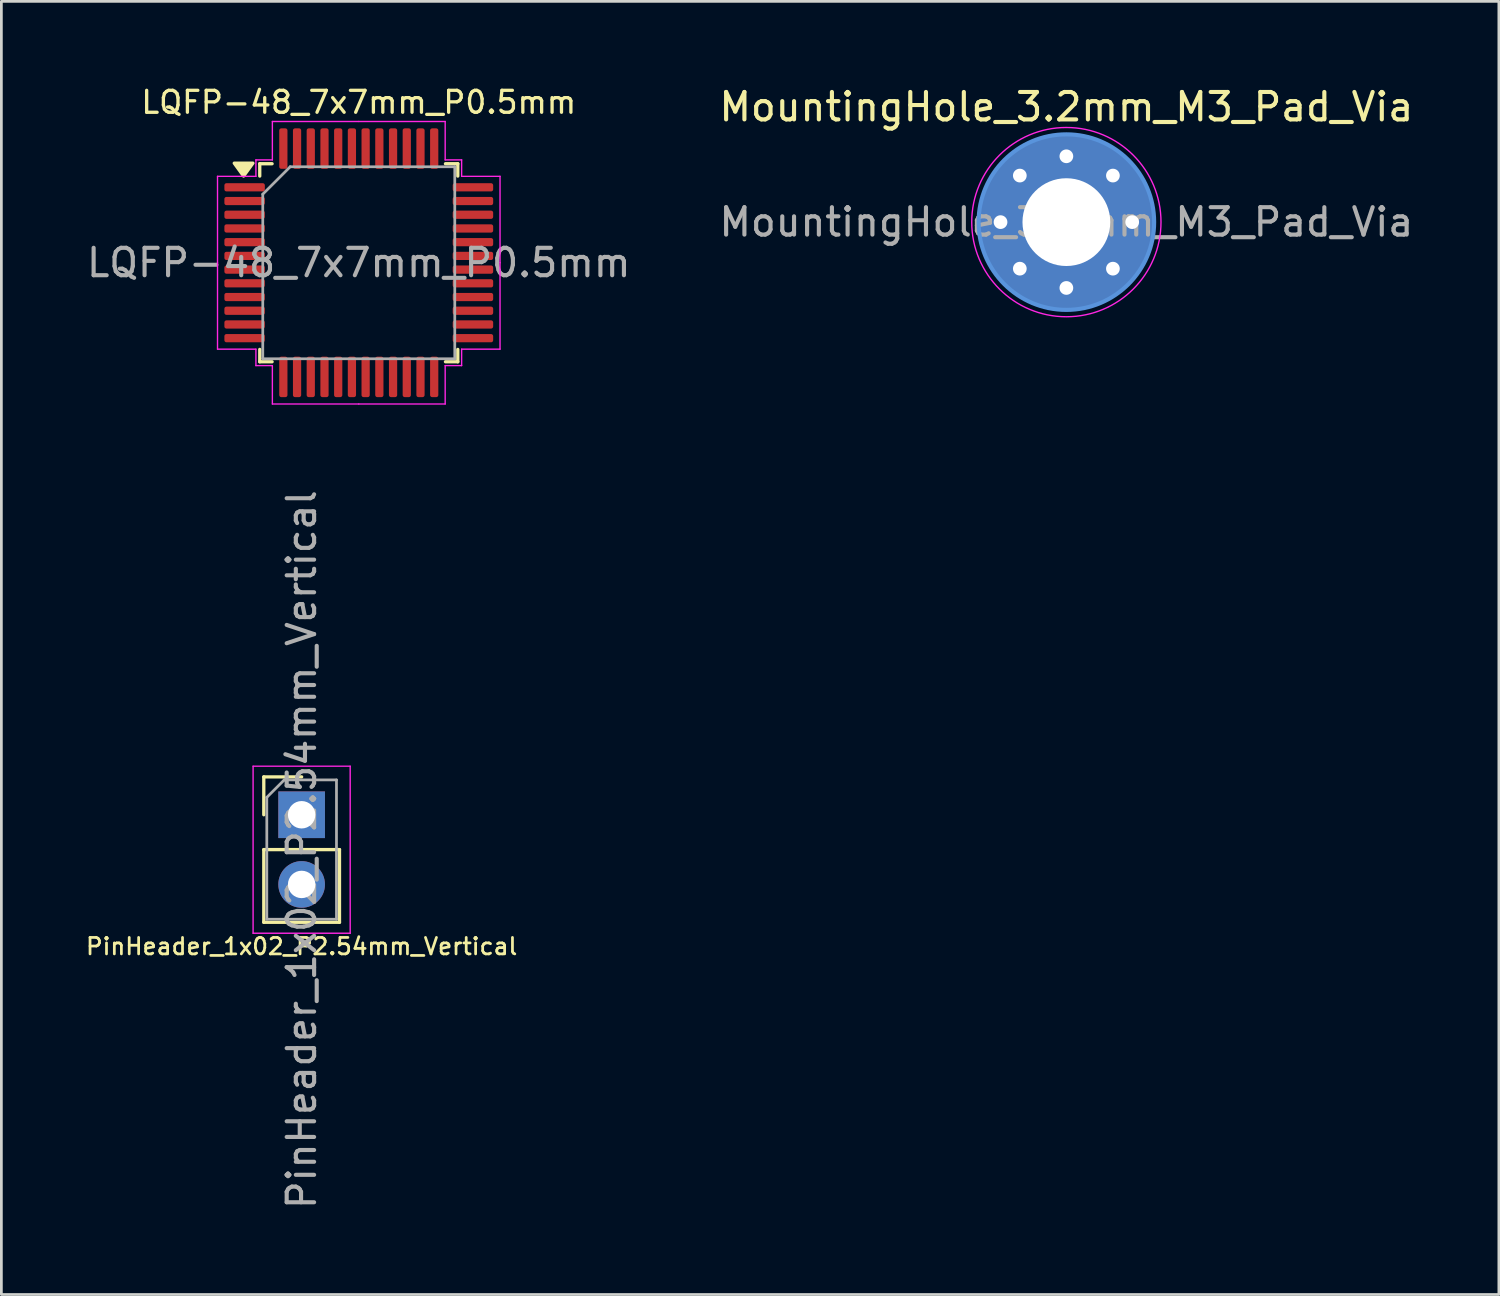
<source format=kicad_pcb>
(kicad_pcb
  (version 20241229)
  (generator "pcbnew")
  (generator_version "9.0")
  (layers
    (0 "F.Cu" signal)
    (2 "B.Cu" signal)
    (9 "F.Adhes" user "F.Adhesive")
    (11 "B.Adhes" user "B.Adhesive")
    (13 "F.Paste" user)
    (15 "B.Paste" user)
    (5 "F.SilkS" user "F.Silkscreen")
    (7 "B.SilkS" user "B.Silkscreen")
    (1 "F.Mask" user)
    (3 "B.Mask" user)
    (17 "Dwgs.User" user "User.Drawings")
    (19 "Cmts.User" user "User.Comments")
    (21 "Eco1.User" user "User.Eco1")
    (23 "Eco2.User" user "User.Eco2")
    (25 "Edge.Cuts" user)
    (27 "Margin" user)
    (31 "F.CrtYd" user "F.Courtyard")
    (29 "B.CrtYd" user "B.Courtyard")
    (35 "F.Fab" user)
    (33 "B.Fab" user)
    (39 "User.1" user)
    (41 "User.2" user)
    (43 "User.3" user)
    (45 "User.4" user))
  (footprint "LQFP-48_7x7mm_P0.5mm"
    (layer "F.Cu")
    (at 10.03 6.529)
    (property "Reference" "LQFP-48_7x7mm_P0.5mm" (at 0 -5.85 0) (layer "F.SilkS") (effects (font (size 0.8 0.8) (thickness 0.12))))
    (attr smd)
    (fp_line (start -3.61 -3.61) (end -3.61 -3.16) (stroke (width 0.12) (type solid)) (layer "F.SilkS"))
    (fp_line (start -3.61 3.61) (end -3.61 3.16) (stroke (width 0.12) (type solid)) (layer "F.SilkS"))
    (fp_line (start -3.16 -3.61) (end -3.61 -3.61) (stroke (width 0.12) (type solid)) (layer "F.SilkS"))
    (fp_line (start -3.16 3.61) (end -3.61 3.61) (stroke (width 0.12) (type solid)) (layer "F.SilkS"))
    (fp_line (start 3.16 -3.61) (end 3.61 -3.61) (stroke (width 0.12) (type solid)) (layer "F.SilkS"))
    (fp_line (start 3.16 3.61) (end 3.61 3.61) (stroke (width 0.12) (type solid)) (layer "F.SilkS"))
    (fp_line (start 3.61 -3.61) (end 3.61 -3.16) (stroke (width 0.12) (type solid)) (layer "F.SilkS"))
    (fp_line (start 3.61 3.61) (end 3.61 3.16) (stroke (width 0.12) (type solid)) (layer "F.SilkS"))
    (fp_poly (pts (xy -4.2 -3.16) (xy -4.54 -3.63) (xy -3.86 -3.63)) (stroke (width 0.12) (type solid)) (fill yes) (layer "F.SilkS"))
    (fp_line (start -5.15 -3.15) (end -5.15 0) (stroke (width 0.05) (type solid)) (layer "F.CrtYd"))
    (fp_line (start -5.15 3.15) (end -5.15 0) (stroke (width 0.05) (type solid)) (layer "F.CrtYd"))
    (fp_line (start -3.75 -3.75) (end -3.75 -3.15) (stroke (width 0.05) (type solid)) (layer "F.CrtYd"))
    (fp_line (start -3.75 -3.15) (end -5.15 -3.15) (stroke (width 0.05) (type solid)) (layer "F.CrtYd"))
    (fp_line (start -3.75 3.15) (end -5.15 3.15) (stroke (width 0.05) (type solid)) (layer "F.CrtYd"))
    (fp_line (start -3.75 3.75) (end -3.75 3.15) (stroke (width 0.05) (type solid)) (layer "F.CrtYd"))
    (fp_line (start -3.15 -5.15) (end -3.15 -3.75) (stroke (width 0.05) (type solid)) (layer "F.CrtYd"))
    (fp_line (start -3.15 -3.75) (end -3.75 -3.75) (stroke (width 0.05) (type solid)) (layer "F.CrtYd"))
    (fp_line (start -3.15 3.75) (end -3.75 3.75) (stroke (width 0.05) (type solid)) (layer "F.CrtYd"))
    (fp_line (start -3.15 5.15) (end -3.15 3.75) (stroke (width 0.05) (type solid)) (layer "F.CrtYd"))
    (fp_line (start 0 -5.15) (end -3.15 -5.15) (stroke (width 0.05) (type solid)) (layer "F.CrtYd"))
    (fp_line (start 0 -5.15) (end 3.15 -5.15) (stroke (width 0.05) (type solid)) (layer "F.CrtYd"))
    (fp_line (start 0 5.15) (end -3.15 5.15) (stroke (width 0.05) (type solid)) (layer "F.CrtYd"))
    (fp_line (start 0 5.15) (end 3.15 5.15) (stroke (width 0.05) (type solid)) (layer "F.CrtYd"))
    (fp_line (start 3.15 -5.15) (end 3.15 -3.75) (stroke (width 0.05) (type solid)) (layer "F.CrtYd"))
    (fp_line (start 3.15 -3.75) (end 3.75 -3.75) (stroke (width 0.05) (type solid)) (layer "F.CrtYd"))
    (fp_line (start 3.15 3.75) (end 3.75 3.75) (stroke (width 0.05) (type solid)) (layer "F.CrtYd"))
    (fp_line (start 3.15 5.15) (end 3.15 3.75) (stroke (width 0.05) (type solid)) (layer "F.CrtYd"))
    (fp_line (start 3.75 -3.75) (end 3.75 -3.15) (stroke (width 0.05) (type solid)) (layer "F.CrtYd"))
    (fp_line (start 3.75 -3.15) (end 5.15 -3.15) (stroke (width 0.05) (type solid)) (layer "F.CrtYd"))
    (fp_line (start 3.75 3.15) (end 5.15 3.15) (stroke (width 0.05) (type solid)) (layer "F.CrtYd"))
    (fp_line (start 3.75 3.75) (end 3.75 3.15) (stroke (width 0.05) (type solid)) (layer "F.CrtYd"))
    (fp_line (start 5.15 -3.15) (end 5.15 0) (stroke (width 0.05) (type solid)) (layer "F.CrtYd"))
    (fp_line (start 5.15 3.15) (end 5.15 0) (stroke (width 0.05) (type solid)) (layer "F.CrtYd"))
    (fp_line (start -3.5 -2.5) (end -2.5 -3.5) (stroke (width 0.1) (type solid)) (layer "F.Fab"))
    (fp_line (start -3.5 3.5) (end -3.5 -2.5) (stroke (width 0.1) (type solid)) (layer "F.Fab"))
    (fp_line (start -2.5 -3.5) (end 3.5 -3.5) (stroke (width 0.1) (type solid)) (layer "F.Fab"))
    (fp_line (start 3.5 -3.5) (end 3.5 3.5) (stroke (width 0.1) (type solid)) (layer "F.Fab"))
    (fp_line (start 3.5 3.5) (end -3.5 3.5) (stroke (width 0.1) (type solid)) (layer "F.Fab"))
    (fp_text user "${REFERENCE}" (at 0 0 0) (layer "F.Fab") (effects (font (size 1 1) (thickness 0.15))))
    (pad "1" smd roundrect (at -4.162 -2.75) (size 1.475 0.3) (layers "F.Cu" "F.Mask" "F.Paste") (roundrect_rratio 0.25))
    (pad "2" smd roundrect (at -4.162 -2.25) (size 1.475 0.3) (layers "F.Cu" "F.Mask" "F.Paste") (roundrect_rratio 0.25))
    (pad "3" smd roundrect (at -4.162 -1.75) (size 1.475 0.3) (layers "F.Cu" "F.Mask" "F.Paste") (roundrect_rratio 0.25))
    (pad "4" smd roundrect (at -4.162 -1.25) (size 1.475 0.3) (layers "F.Cu" "F.Mask" "F.Paste") (roundrect_rratio 0.25))
    (pad "5" smd roundrect (at -4.162 -0.75) (size 1.475 0.3) (layers "F.Cu" "F.Mask" "F.Paste") (roundrect_rratio 0.25))
    (pad "6" smd roundrect (at -4.162 -0.25) (size 1.475 0.3) (layers "F.Cu" "F.Mask" "F.Paste") (roundrect_rratio 0.25))
    (pad "7" smd roundrect (at -4.162 0.25) (size 1.475 0.3) (layers "F.Cu" "F.Mask" "F.Paste") (roundrect_rratio 0.25))
    (pad "8" smd roundrect (at -4.162 0.75) (size 1.475 0.3) (layers "F.Cu" "F.Mask" "F.Paste") (roundrect_rratio 0.25))
    (pad "9" smd roundrect (at -4.162 1.25) (size 1.475 0.3) (layers "F.Cu" "F.Mask" "F.Paste") (roundrect_rratio 0.25))
    (pad "10" smd roundrect (at -4.162 1.75) (size 1.475 0.3) (layers "F.Cu" "F.Mask" "F.Paste") (roundrect_rratio 0.25))
    (pad "11" smd roundrect (at -4.162 2.25) (size 1.475 0.3) (layers "F.Cu" "F.Mask" "F.Paste") (roundrect_rratio 0.25))
    (pad "12" smd roundrect (at -4.162 2.75) (size 1.475 0.3) (layers "F.Cu" "F.Mask" "F.Paste") (roundrect_rratio 0.25))
    (pad "13" smd roundrect (at -2.75 4.162) (size 0.3 1.475) (layers "F.Cu" "F.Mask" "F.Paste") (roundrect_rratio 0.25))
    (pad "14" smd roundrect (at -2.25 4.162) (size 0.3 1.475) (layers "F.Cu" "F.Mask" "F.Paste") (roundrect_rratio 0.25))
    (pad "15" smd roundrect (at -1.75 4.162) (size 0.3 1.475) (layers "F.Cu" "F.Mask" "F.Paste") (roundrect_rratio 0.25))
    (pad "16" smd roundrect (at -1.25 4.162) (size 0.3 1.475) (layers "F.Cu" "F.Mask" "F.Paste") (roundrect_rratio 0.25))
    (pad "17" smd roundrect (at -0.75 4.162) (size 0.3 1.475) (layers "F.Cu" "F.Mask" "F.Paste") (roundrect_rratio 0.25))
    (pad "18" smd roundrect (at -0.25 4.162) (size 0.3 1.475) (layers "F.Cu" "F.Mask" "F.Paste") (roundrect_rratio 0.25))
    (pad "19" smd roundrect (at 0.25 4.162) (size 0.3 1.475) (layers "F.Cu" "F.Mask" "F.Paste") (roundrect_rratio 0.25))
    (pad "20" smd roundrect (at 0.75 4.162) (size 0.3 1.475) (layers "F.Cu" "F.Mask" "F.Paste") (roundrect_rratio 0.25))
    (pad "21" smd roundrect (at 1.25 4.162) (size 0.3 1.475) (layers "F.Cu" "F.Mask" "F.Paste") (roundrect_rratio 0.25))
    (pad "22" smd roundrect (at 1.75 4.162) (size 0.3 1.475) (layers "F.Cu" "F.Mask" "F.Paste") (roundrect_rratio 0.25))
    (pad "23" smd roundrect (at 2.25 4.162) (size 0.3 1.475) (layers "F.Cu" "F.Mask" "F.Paste") (roundrect_rratio 0.25))
    (pad "24" smd roundrect (at 2.75 4.162) (size 0.3 1.475) (layers "F.Cu" "F.Mask" "F.Paste") (roundrect_rratio 0.25))
    (pad "25" smd roundrect (at 4.162 2.75) (size 1.475 0.3) (layers "F.Cu" "F.Mask" "F.Paste") (roundrect_rratio 0.25))
    (pad "26" smd roundrect (at 4.162 2.25) (size 1.475 0.3) (layers "F.Cu" "F.Mask" "F.Paste") (roundrect_rratio 0.25))
    (pad "27" smd roundrect (at 4.162 1.75) (size 1.475 0.3) (layers "F.Cu" "F.Mask" "F.Paste") (roundrect_rratio 0.25))
    (pad "28" smd roundrect (at 4.162 1.25) (size 1.475 0.3) (layers "F.Cu" "F.Mask" "F.Paste") (roundrect_rratio 0.25))
    (pad "29" smd roundrect (at 4.162 0.75) (size 1.475 0.3) (layers "F.Cu" "F.Mask" "F.Paste") (roundrect_rratio 0.25))
    (pad "30" smd roundrect (at 4.162 0.25) (size 1.475 0.3) (layers "F.Cu" "F.Mask" "F.Paste") (roundrect_rratio 0.25))
    (pad "31" smd roundrect (at 4.162 -0.25) (size 1.475 0.3) (layers "F.Cu" "F.Mask" "F.Paste") (roundrect_rratio 0.25))
    (pad "32" smd roundrect (at 4.162 -0.75) (size 1.475 0.3) (layers "F.Cu" "F.Mask" "F.Paste") (roundrect_rratio 0.25))
    (pad "33" smd roundrect (at 4.162 -1.25) (size 1.475 0.3) (layers "F.Cu" "F.Mask" "F.Paste") (roundrect_rratio 0.25))
    (pad "34" smd roundrect (at 4.162 -1.75) (size 1.475 0.3) (layers "F.Cu" "F.Mask" "F.Paste") (roundrect_rratio 0.25))
    (pad "35" smd roundrect (at 4.162 -2.25) (size 1.475 0.3) (layers "F.Cu" "F.Mask" "F.Paste") (roundrect_rratio 0.25))
    (pad "36" smd roundrect (at 4.162 -2.75) (size 1.475 0.3) (layers "F.Cu" "F.Mask" "F.Paste") (roundrect_rratio 0.25))
    (pad "37" smd roundrect (at 2.75 -4.162) (size 0.3 1.475) (layers "F.Cu" "F.Mask" "F.Paste") (roundrect_rratio 0.25))
    (pad "38" smd roundrect (at 2.25 -4.162) (size 0.3 1.475) (layers "F.Cu" "F.Mask" "F.Paste") (roundrect_rratio 0.25))
    (pad "39" smd roundrect (at 1.75 -4.162) (size 0.3 1.475) (layers "F.Cu" "F.Mask" "F.Paste") (roundrect_rratio 0.25))
    (pad "40" smd roundrect (at 1.25 -4.162) (size 0.3 1.475) (layers "F.Cu" "F.Mask" "F.Paste") (roundrect_rratio 0.25))
    (pad "41" smd roundrect (at 0.75 -4.162) (size 0.3 1.475) (layers "F.Cu" "F.Mask" "F.Paste") (roundrect_rratio 0.25))
    (pad "42" smd roundrect (at 0.25 -4.162) (size 0.3 1.475) (layers "F.Cu" "F.Mask" "F.Paste") (roundrect_rratio 0.25))
    (pad "43" smd roundrect (at -0.25 -4.162) (size 0.3 1.475) (layers "F.Cu" "F.Mask" "F.Paste") (roundrect_rratio 0.25))
    (pad "44" smd roundrect (at -0.75 -4.162) (size 0.3 1.475) (layers "F.Cu" "F.Mask" "F.Paste") (roundrect_rratio 0.25))
    (pad "45" smd roundrect (at -1.25 -4.162) (size 0.3 1.475) (layers "F.Cu" "F.Mask" "F.Paste") (roundrect_rratio 0.25))
    (pad "46" smd roundrect (at -1.75 -4.162) (size 0.3 1.475) (layers "F.Cu" "F.Mask" "F.Paste") (roundrect_rratio 0.25))
    (pad "47" smd roundrect (at -2.25 -4.162) (size 0.3 1.475) (layers "F.Cu" "F.Mask" "F.Paste") (roundrect_rratio 0.25))
    (pad "48" smd roundrect (at -2.75 -4.162) (size 0.3 1.475) (layers "F.Cu" "F.Mask" "F.Paste") (roundrect_rratio 0.25)))
  (footprint "PinHeader_1x02_P2.54mm_Vertical"
    (layer "F.Cu")
    (at 7.947 26.654)
    (property "Reference" "PinHeader_1x02_P2.54mm_Vertical" (at 0 4.8 180) (layer "F.SilkS") (effects (font (size 0.6 0.6) (thickness 0.1))))
    (attr through_hole)
    (fp_line (start -1.38 -1.38) (end 0 -1.38) (stroke (width 0.12) (type solid)) (layer "F.SilkS"))
    (fp_line (start -1.38 1.27) (end -1.38 3.92) (stroke (width 0.12) (type solid)) (layer "F.SilkS"))
    (fp_line (start -1.38 1.27) (end 1.38 1.27) (stroke (width 0.12) (type solid)) (layer "F.SilkS"))
    (fp_line (start -1.38 3.92) (end 1.38 3.92) (stroke (width 0.12) (type solid)) (layer "F.SilkS"))
    (fp_line (start -1.38 0) (end -1.38 -1.38) (stroke (width 0.12) (type solid)) (layer "F.SilkS"))
    (fp_line (start 1.38 1.27) (end 1.38 3.92) (stroke (width 0.12) (type solid)) (layer "F.SilkS"))
    (fp_line (start -1.77 -1.77) (end -1.77 4.32) (stroke (width 0.05) (type solid)) (layer "F.CrtYd"))
    (fp_line (start -1.77 4.32) (end 1.77 4.32) (stroke (width 0.05) (type solid)) (layer "F.CrtYd"))
    (fp_line (start 1.77 -1.77) (end -1.77 -1.77) (stroke (width 0.05) (type solid)) (layer "F.CrtYd"))
    (fp_line (start 1.77 4.32) (end 1.77 -1.77) (stroke (width 0.05) (type solid)) (layer "F.CrtYd"))
    (fp_line (start -1.27 -0.635) (end -0.635 -1.27) (stroke (width 0.1) (type solid)) (layer "F.Fab"))
    (fp_line (start -1.27 3.81) (end -1.27 -0.635) (stroke (width 0.1) (type solid)) (layer "F.Fab"))
    (fp_line (start -0.635 -1.27) (end 1.27 -1.27) (stroke (width 0.1) (type solid)) (layer "F.Fab"))
    (fp_line (start 1.27 -1.27) (end 1.27 3.81) (stroke (width 0.1) (type solid)) (layer "F.Fab"))
    (fp_line (start 1.27 3.81) (end -1.27 3.81) (stroke (width 0.1) (type solid)) (layer "F.Fab"))
    (fp_text user "${REFERENCE}" (at 0 1.27 90) (layer "F.Fab") (effects (font (size 1 1) (thickness 0.15))))
    (pad "1" thru_hole rect (at 0 0) (size 1.7 1.7) (drill 1) (layers "*.Cu" "*.Mask"))
    (pad "2" thru_hole circle (at 0 2.54) (size 1.7 1.7) (drill 1) (layers "*.Cu" "*.Mask")))
  (footprint "MountingHole_3.2mm_M3_Pad_Via"
    (layer "F.Cu")
    (at 35.827 5.048)
    (property "Reference" "MountingHole_3.2mm_M3_Pad_Via" (at 0 -4.2 0) (layer "F.SilkS") (effects (font (size 1 1) (thickness 0.15))))
    (attr exclude_from_pos_files exclude_from_bom)
    (fp_circle (center 0 0) (end 3.2 0) (stroke (width 0.15) (type solid)) (fill no) (layer "Cmts.User"))
    (fp_circle (center 0 0) (end 3.45 0) (stroke (width 0.05) (type solid)) (fill no) (layer "F.CrtYd"))
    (fp_text user "${REFERENCE}" (at 0 0 0) (layer "F.Fab") (effects (font (size 1 1) (thickness 0.15))))
    (pad "1" thru_hole circle (at -2.4 0) (size 0.8 0.8) (drill 0.5) (layers "*.Cu" "*.Mask"))
    (pad "1" thru_hole circle (at -1.697 -1.697) (size 0.8 0.8) (drill 0.5) (layers "*.Cu" "*.Mask"))
    (pad "1" thru_hole circle (at -1.697 1.697) (size 0.8 0.8) (drill 0.5) (layers "*.Cu" "*.Mask"))
    (pad "1" thru_hole circle (at 0 -2.4) (size 0.8 0.8) (drill 0.5) (layers "*.Cu" "*.Mask"))
    (pad "1" thru_hole circle (at 0 0) (size 6.4 6.4) (drill 3.2) (layers "*.Cu" "*.Mask"))
    (pad "1" thru_hole circle (at 0 2.4) (size 0.8 0.8) (drill 0.5) (layers "*.Cu" "*.Mask"))
    (pad "1" thru_hole circle (at 1.697 -1.697) (size 0.8 0.8) (drill 0.5) (layers "*.Cu" "*.Mask"))
    (pad "1" thru_hole circle (at 1.697 1.697) (size 0.8 0.8) (drill 0.5) (layers "*.Cu" "*.Mask"))
    (pad "1" thru_hole circle (at 2.4 0) (size 0.8 0.8) (drill 0.5) (layers "*.Cu" "*.Mask")))
  (gr_rect
    (start -3 -3)
    (end 51.595 44.144)
    (stroke (width 0.1) (type default))
    (fill no)
    (layer "Edge.Cuts")))
</source>
